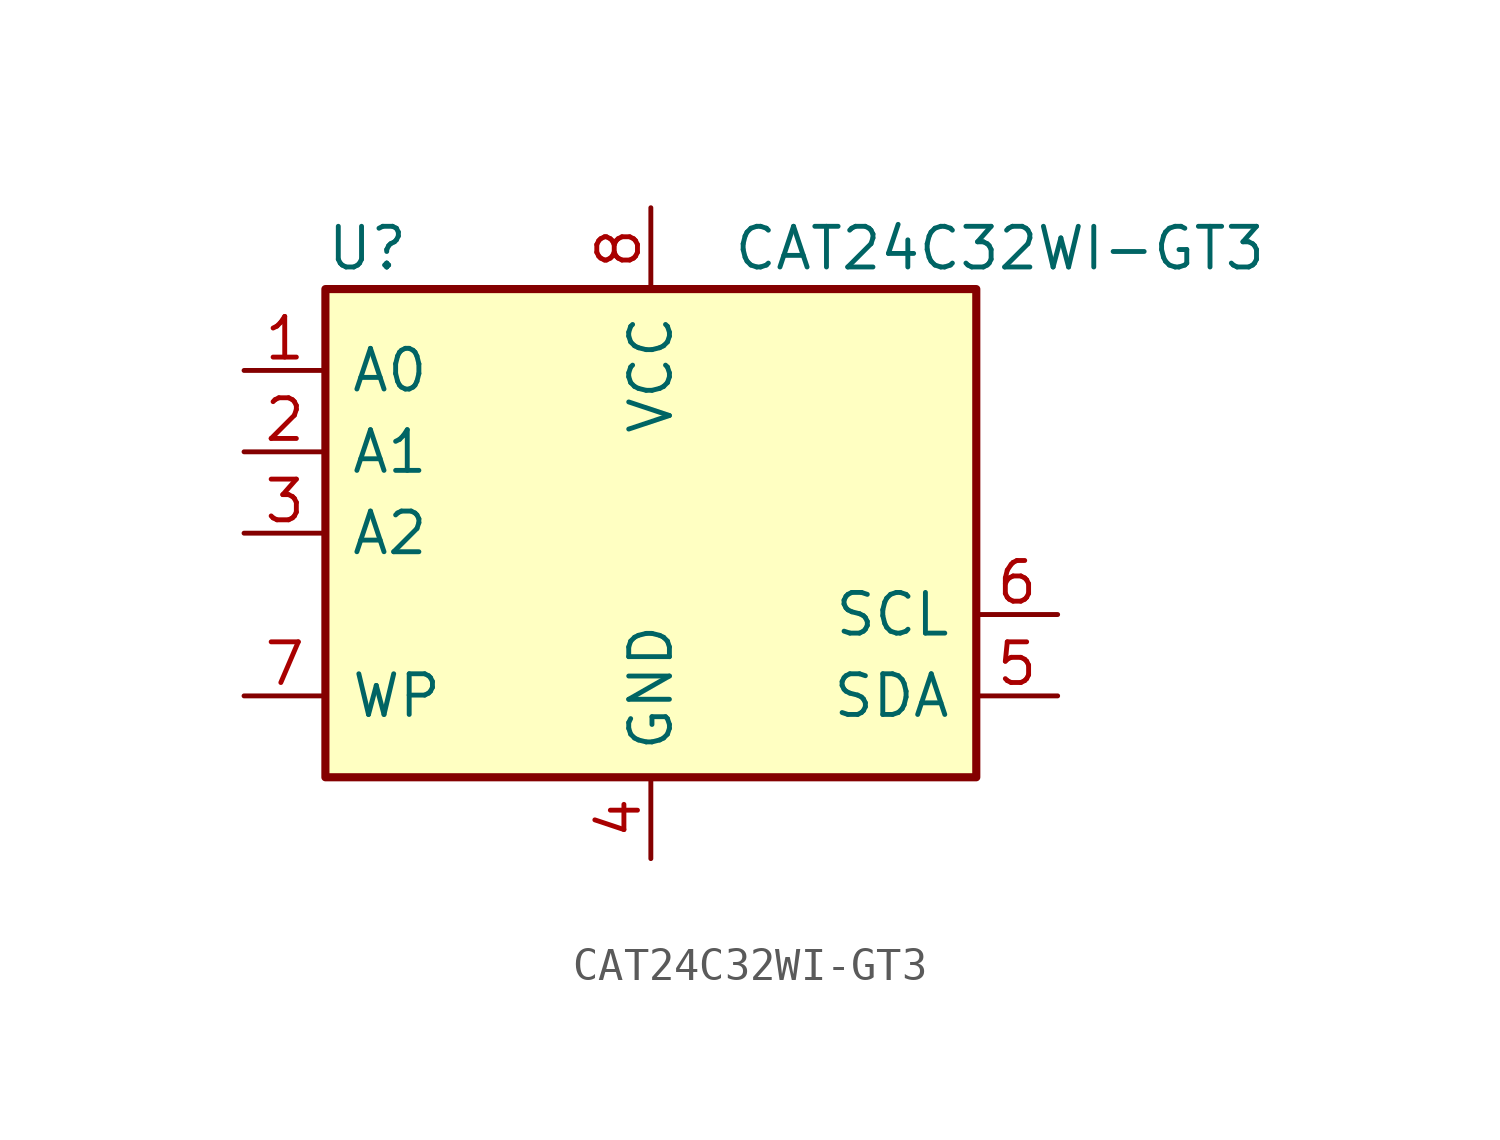
<source format=kicad_sym>
(kicad_symbol_lib
  (version 20220914)
  (generator kicad_symbol_editor)
  (symbol "CAT24C32WI-GT3"
    (pin_names
      (offset 0.762))
    (property "Reference" "U"
      (at -10.16 8.89 0)
      (effects (font (size 1.27 1.27)) (justify left)))
    (property "Value" "CAT24C32WI-GT3"
      (at 2.54 8.89 0)
      (effects (font (size 1.27 1.27)) (justify left)))
    (symbol "CAT24C32WI-GT3_0_0"
      (pin power_in line (at 0 -10.16 90) (length 2.54) (name "GND" (effects (font (size 1.27 1.27)))) (number "4" (effects (font (size 1.27 1.27)))))
      (pin power_in line (at 0 10.16 270) (length 2.54) (name "VCC" (effects (font (size 1.27 1.27)))) (number "8" (effects (font (size 1.27 1.27))))))
    (symbol "CAT24C32WI-GT3_1_1"
      (rectangle (start -10.16 -7.62) (end 10.16 7.62) (stroke (width 0.254) (type default)) (fill (type background)))
      (pin input line (at -12.7 5.08 0) (length 2.54) (name "A0" (effects (font (size 1.27 1.27)))) (number "1" (effects (font (size 1.27 1.27)))))
      (pin input line (at -12.7 2.54 0) (length 2.54) (name "A1" (effects (font (size 1.27 1.27)))) (number "2" (effects (font (size 1.27 1.27)))))
      (pin input line (at -12.7 0 0) (length 2.54) (name "A2" (effects (font (size 1.27 1.27)))) (number "3" (effects (font (size 1.27 1.27)))))
      (pin bidirectional line (at 12.7 -5.08 180) (length 2.54) (name "SDA" (effects (font (size 1.27 1.27)))) (number "5" (effects (font (size 1.27 1.27)))))
      (pin input line (at 12.7 -2.54 180) (length 2.54) (name "SCL" (effects (font (size 1.27 1.27)))) (number "6" (effects (font (size 1.27 1.27)))))
      (pin input line (at -12.7 -5.08 0) (length 2.54) (name "WP" (effects (font (size 1.27 1.27)))) (number "7" (effects (font (size 1.27 1.27))))))))
</source>
